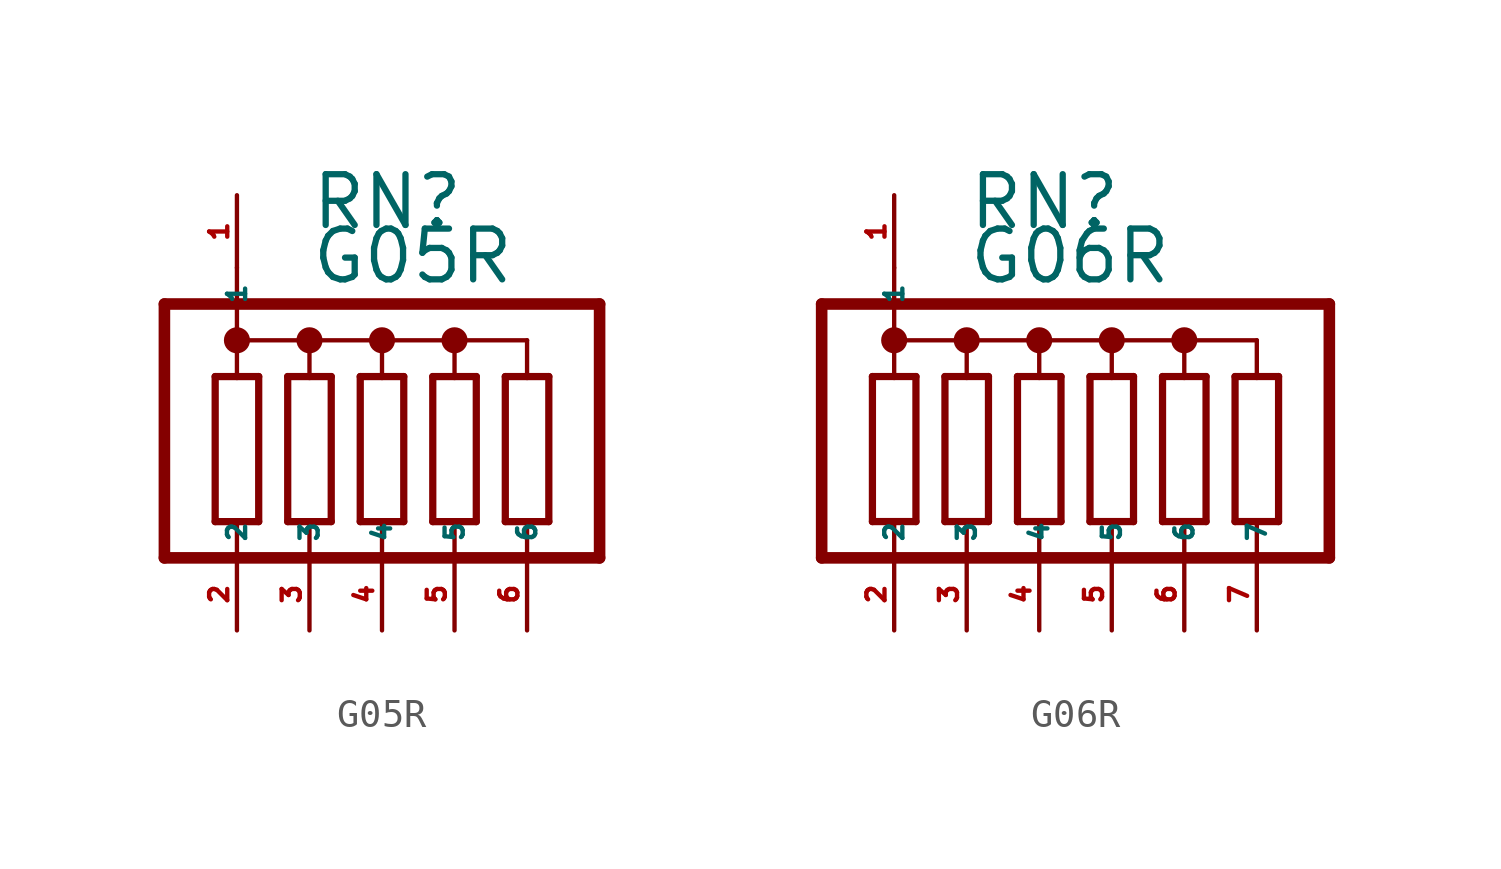
<source format=kicad_sym>
(kicad_symbol_lib
  (version 20220914)
  (generator Eagle2Kicad)
  (symbol "G05R"
    (property "Reference" "RN"
      (at -2.54 8.89 0)
      (effects (font (size 1.778 1.778) (thickness 0.22)) (justify left bottom)))
    (property "Value" "G05R"
      (at -2.54 6.985 0)
      (effects (font (size 1.778 1.778) (thickness 0.22)) (justify left bottom)))
    (polyline
      (pts (xy -4.318 -1.27) (xy -4.318 3.81))
      (stroke (width 0.254) (type default))
      (fill (type none)))
    (polyline
      (pts (xy -5.842 3.81) (xy -5.842 -1.27))
      (stroke (width 0.254) (type default))
      (fill (type none)))
    (polyline
      (pts (xy -4.318 3.81) (xy -5.08 3.81))
      (stroke (width 0.254) (type default))
      (fill (type none)))
    (polyline
      (pts (xy -5.842 -1.27) (xy -5.08 -1.27))
      (stroke (width 0.254) (type default))
      (fill (type none)))
    (polyline
      (pts (xy -5.08 -1.27) (xy -5.08 -2.54))
      (stroke (width 0.152) (type default))
      (fill (type none)))
    (polyline
      (pts (xy -5.08 -1.27) (xy -4.318 -1.27))
      (stroke (width 0.254) (type default))
      (fill (type none)))
    (polyline
      (pts (xy -5.08 5.08) (xy -5.08 3.81))
      (stroke (width 0.152) (type default))
      (fill (type none)))
    (polyline
      (pts (xy -5.08 3.81) (xy -5.842 3.81))
      (stroke (width 0.254) (type default))
      (fill (type none)))
    (polyline
      (pts (xy -5.08 5.08) (xy -2.54 5.08))
      (stroke (width 0.152) (type default))
      (fill (type none)))
    (polyline
      (pts (xy -2.54 5.08) (xy -2.54 3.81))
      (stroke (width 0.152) (type default))
      (fill (type none)))
    (polyline
      (pts (xy -2.54 5.08) (xy 0 5.08))
      (stroke (width 0.152) (type default))
      (fill (type none)))
    (polyline
      (pts (xy 0 5.08) (xy 0 3.81))
      (stroke (width 0.152) (type default))
      (fill (type none)))
    (polyline
      (pts (xy 0 5.08) (xy 2.54 5.08))
      (stroke (width 0.152) (type default))
      (fill (type none)))
    (polyline
      (pts (xy 2.54 5.08) (xy 2.54 3.81))
      (stroke (width 0.152) (type default))
      (fill (type none)))
    (polyline
      (pts (xy 2.54 5.08) (xy 5.08 5.08))
      (stroke (width 0.152) (type default))
      (fill (type none)))
    (polyline
      (pts (xy 5.08 5.08) (xy 5.08 3.81))
      (stroke (width 0.152) (type default))
      (fill (type none)))
    (polyline
      (pts (xy 5.08 -2.54) (xy 5.08 -1.27))
      (stroke (width 0.152) (type default))
      (fill (type none)))
    (polyline
      (pts (xy 2.54 -2.54) (xy 2.54 -1.27))
      (stroke (width 0.152) (type default))
      (fill (type none)))
    (polyline
      (pts (xy 0 -2.54) (xy 0 -1.27))
      (stroke (width 0.152) (type default))
      (fill (type none)))
    (polyline
      (pts (xy -2.54 -2.54) (xy -2.54 -1.27))
      (stroke (width 0.152) (type default))
      (fill (type none)))
    (polyline
      (pts (xy -2.54 -1.27) (xy -1.778 -1.27))
      (stroke (width 0.254) (type default))
      (fill (type none)))
    (polyline
      (pts (xy -3.302 -1.27) (xy -2.54 -1.27))
      (stroke (width 0.254) (type default))
      (fill (type none)))
    (polyline
      (pts (xy -1.778 3.81) (xy -2.54 3.81))
      (stroke (width 0.254) (type default))
      (fill (type none)))
    (polyline
      (pts (xy -2.54 3.81) (xy -3.302 3.81))
      (stroke (width 0.254) (type default))
      (fill (type none)))
    (polyline
      (pts (xy -1.778 -1.27) (xy -1.778 3.81))
      (stroke (width 0.254) (type default))
      (fill (type none)))
    (polyline
      (pts (xy -3.302 3.81) (xy -3.302 -1.27))
      (stroke (width 0.254) (type default))
      (fill (type none)))
    (polyline
      (pts (xy 0.762 -1.27) (xy 0.762 3.81))
      (stroke (width 0.254) (type default))
      (fill (type none)))
    (polyline
      (pts (xy 3.302 -1.27) (xy 3.302 3.81))
      (stroke (width 0.254) (type default))
      (fill (type none)))
    (polyline
      (pts (xy 5.842 -1.27) (xy 5.842 3.81))
      (stroke (width 0.254) (type default))
      (fill (type none)))
    (polyline
      (pts (xy -0.762 3.81) (xy -0.762 -1.27))
      (stroke (width 0.254) (type default))
      (fill (type none)))
    (polyline
      (pts (xy 1.778 3.81) (xy 1.778 -1.27))
      (stroke (width 0.254) (type default))
      (fill (type none)))
    (polyline
      (pts (xy 4.318 3.81) (xy 4.318 -1.27))
      (stroke (width 0.254) (type default))
      (fill (type none)))
    (polyline
      (pts (xy 0.762 3.81) (xy 0 3.81))
      (stroke (width 0.254) (type default))
      (fill (type none)))
    (polyline
      (pts (xy 3.302 3.81) (xy 2.54 3.81))
      (stroke (width 0.254) (type default))
      (fill (type none)))
    (polyline
      (pts (xy 5.842 3.81) (xy 5.08 3.81))
      (stroke (width 0.254) (type default))
      (fill (type none)))
    (polyline
      (pts (xy 0 3.81) (xy -0.762 3.81))
      (stroke (width 0.254) (type default))
      (fill (type none)))
    (polyline
      (pts (xy 2.54 3.81) (xy 1.778 3.81))
      (stroke (width 0.254) (type default))
      (fill (type none)))
    (polyline
      (pts (xy 5.08 3.81) (xy 4.318 3.81))
      (stroke (width 0.254) (type default))
      (fill (type none)))
    (polyline
      (pts (xy 0 -1.27) (xy 0.762 -1.27))
      (stroke (width 0.254) (type default))
      (fill (type none)))
    (polyline
      (pts (xy 2.54 -1.27) (xy 3.302 -1.27))
      (stroke (width 0.254) (type default))
      (fill (type none)))
    (polyline
      (pts (xy 5.08 -1.27) (xy 5.842 -1.27))
      (stroke (width 0.254) (type default))
      (fill (type none)))
    (polyline
      (pts (xy -0.762 -1.27) (xy 0 -1.27))
      (stroke (width 0.254) (type default))
      (fill (type none)))
    (polyline
      (pts (xy 1.778 -1.27) (xy 2.54 -1.27))
      (stroke (width 0.254) (type default))
      (fill (type none)))
    (polyline
      (pts (xy 4.318 -1.27) (xy 5.08 -1.27))
      (stroke (width 0.254) (type default))
      (fill (type none)))
    (polyline
      (pts (xy -7.62 -2.54) (xy -7.62 6.35))
      (stroke (width 0.406) (type default))
      (fill (type none)))
    (polyline
      (pts (xy -7.62 6.35) (xy 7.62 6.35))
      (stroke (width 0.406) (type default))
      (fill (type none)))
    (polyline
      (pts (xy 7.62 6.35) (xy 7.62 -2.54))
      (stroke (width 0.406) (type default))
      (fill (type none)))
    (polyline
      (pts (xy -7.62 -2.54) (xy 7.62 -2.54))
      (stroke (width 0.406) (type default))
      (fill (type none)))
    (polyline
      (pts (xy -5.08 5.08) (xy -5.08 7.62))
      (stroke (width 0.152) (type default))
      (fill (type none)))
    (circle
      (center 2.54 5.08)
      (radius 0.254)
      (stroke (width 0.406) (type default))
      (fill (type none)))
    (circle
      (center 0 5.08)
      (radius 0.254)
      (stroke (width 0.406) (type default))
      (fill (type none)))
    (circle
      (center -2.54 5.08)
      (radius 0.254)
      (stroke (width 0.406) (type default))
      (fill (type none)))
    (circle
      (center -5.08 5.08)
      (radius 0.254)
      (stroke (width 0.406) (type default))
      (fill (type none)))
    (pin passive line
      (at -5.08 10.16 270)
      (length 2.54)
      (name "1" (effects (font (size 0.635 0.635) (thickness 0.08)) (justify left bottom)))
      (number "1" (effects (font (size 0.635 0.635) (thickness 0.08)) (justify left bottom))))
    (pin passive line
      (at -5.08 -5.08 90)
      (length 2.54)
      (name "2" (effects (font (size 0.635 0.635) (thickness 0.08)) (justify left bottom)))
      (number "2" (effects (font (size 0.635 0.635) (thickness 0.08)) (justify left bottom))))
    (pin passive line
      (at -2.54 -5.08 90)
      (length 2.54)
      (name "3" (effects (font (size 0.635 0.635) (thickness 0.08)) (justify left bottom)))
      (number "3" (effects (font (size 0.635 0.635) (thickness 0.08)) (justify left bottom))))
    (pin passive line
      (at 0 -5.08 90)
      (length 2.54)
      (name "4" (effects (font (size 0.635 0.635) (thickness 0.08)) (justify left bottom)))
      (number "4" (effects (font (size 0.635 0.635) (thickness 0.08)) (justify left bottom))))
    (pin passive line
      (at 2.54 -5.08 90)
      (length 2.54)
      (name "5" (effects (font (size 0.635 0.635) (thickness 0.08)) (justify left bottom)))
      (number "5" (effects (font (size 0.635 0.635) (thickness 0.08)) (justify left bottom))))
    (pin passive line
      (at 5.08 -5.08 90)
      (length 2.54)
      (name "6" (effects (font (size 0.635 0.635) (thickness 0.08)) (justify left bottom)))
      (number "6" (effects (font (size 0.635 0.635) (thickness 0.08)) (justify left bottom)))))
  (symbol "G06R"
    (property "Reference" "RN"
      (at -5.08 8.89 0)
      (effects (font (size 1.778 1.778) (thickness 0.22)) (justify left bottom)))
    (property "Value" "G06R"
      (at -5.08 6.985 0)
      (effects (font (size 1.778 1.778) (thickness 0.22)) (justify left bottom)))
    (polyline
      (pts (xy -6.858 -1.27) (xy -6.858 3.81))
      (stroke (width 0.254) (type default))
      (fill (type none)))
    (polyline
      (pts (xy -8.382 3.81) (xy -8.382 -1.27))
      (stroke (width 0.254) (type default))
      (fill (type none)))
    (polyline
      (pts (xy -6.858 3.81) (xy -7.62 3.81))
      (stroke (width 0.254) (type default))
      (fill (type none)))
    (polyline
      (pts (xy -8.382 -1.27) (xy -7.62 -1.27))
      (stroke (width 0.254) (type default))
      (fill (type none)))
    (polyline
      (pts (xy -7.62 -1.27) (xy -7.62 -2.54))
      (stroke (width 0.152) (type default))
      (fill (type none)))
    (polyline
      (pts (xy -7.62 -1.27) (xy -6.858 -1.27))
      (stroke (width 0.254) (type default))
      (fill (type none)))
    (polyline
      (pts (xy -7.62 5.08) (xy -7.62 3.81))
      (stroke (width 0.152) (type default))
      (fill (type none)))
    (polyline
      (pts (xy -7.62 3.81) (xy -8.382 3.81))
      (stroke (width 0.254) (type default))
      (fill (type none)))
    (polyline
      (pts (xy -7.62 5.08) (xy -5.08 5.08))
      (stroke (width 0.152) (type default))
      (fill (type none)))
    (polyline
      (pts (xy -5.08 5.08) (xy -5.08 3.81))
      (stroke (width 0.152) (type default))
      (fill (type none)))
    (polyline
      (pts (xy -5.08 5.08) (xy -2.54 5.08))
      (stroke (width 0.152) (type default))
      (fill (type none)))
    (polyline
      (pts (xy -2.54 5.08) (xy -2.54 3.81))
      (stroke (width 0.152) (type default))
      (fill (type none)))
    (polyline
      (pts (xy -2.54 5.08) (xy 0 5.08))
      (stroke (width 0.152) (type default))
      (fill (type none)))
    (polyline
      (pts (xy 0 5.08) (xy 0 3.81))
      (stroke (width 0.152) (type default))
      (fill (type none)))
    (polyline
      (pts (xy 0 5.08) (xy 2.54 5.08))
      (stroke (width 0.152) (type default))
      (fill (type none)))
    (polyline
      (pts (xy 2.54 5.08) (xy 2.54 3.81))
      (stroke (width 0.152) (type default))
      (fill (type none)))
    (polyline
      (pts (xy 2.54 -2.54) (xy 2.54 -1.27))
      (stroke (width 0.152) (type default))
      (fill (type none)))
    (polyline
      (pts (xy 0 -2.54) (xy 0 -1.27))
      (stroke (width 0.152) (type default))
      (fill (type none)))
    (polyline
      (pts (xy -2.54 -2.54) (xy -2.54 -1.27))
      (stroke (width 0.152) (type default))
      (fill (type none)))
    (polyline
      (pts (xy -5.08 -2.54) (xy -5.08 -1.27))
      (stroke (width 0.152) (type default))
      (fill (type none)))
    (polyline
      (pts (xy -5.08 -1.27) (xy -4.318 -1.27))
      (stroke (width 0.254) (type default))
      (fill (type none)))
    (polyline
      (pts (xy -5.842 -1.27) (xy -5.08 -1.27))
      (stroke (width 0.254) (type default))
      (fill (type none)))
    (polyline
      (pts (xy -4.318 3.81) (xy -5.08 3.81))
      (stroke (width 0.254) (type default))
      (fill (type none)))
    (polyline
      (pts (xy -5.08 3.81) (xy -5.842 3.81))
      (stroke (width 0.254) (type default))
      (fill (type none)))
    (polyline
      (pts (xy -4.318 -1.27) (xy -4.318 3.81))
      (stroke (width 0.254) (type default))
      (fill (type none)))
    (polyline
      (pts (xy -5.842 3.81) (xy -5.842 -1.27))
      (stroke (width 0.254) (type default))
      (fill (type none)))
    (polyline
      (pts (xy -1.778 -1.27) (xy -1.778 3.81))
      (stroke (width 0.254) (type default))
      (fill (type none)))
    (polyline
      (pts (xy 0.762 -1.27) (xy 0.762 3.81))
      (stroke (width 0.254) (type default))
      (fill (type none)))
    (polyline
      (pts (xy 3.302 -1.27) (xy 3.302 3.81))
      (stroke (width 0.254) (type default))
      (fill (type none)))
    (polyline
      (pts (xy -3.302 3.81) (xy -3.302 -1.27))
      (stroke (width 0.254) (type default))
      (fill (type none)))
    (polyline
      (pts (xy -0.762 3.81) (xy -0.762 -1.27))
      (stroke (width 0.254) (type default))
      (fill (type none)))
    (polyline
      (pts (xy 1.778 3.81) (xy 1.778 -1.27))
      (stroke (width 0.254) (type default))
      (fill (type none)))
    (polyline
      (pts (xy -1.778 3.81) (xy -2.54 3.81))
      (stroke (width 0.254) (type default))
      (fill (type none)))
    (polyline
      (pts (xy 0.762 3.81) (xy 0 3.81))
      (stroke (width 0.254) (type default))
      (fill (type none)))
    (polyline
      (pts (xy 3.302 3.81) (xy 2.54 3.81))
      (stroke (width 0.254) (type default))
      (fill (type none)))
    (polyline
      (pts (xy -2.54 3.81) (xy -3.302 3.81))
      (stroke (width 0.254) (type default))
      (fill (type none)))
    (polyline
      (pts (xy 0 3.81) (xy -0.762 3.81))
      (stroke (width 0.254) (type default))
      (fill (type none)))
    (polyline
      (pts (xy 2.54 3.81) (xy 1.778 3.81))
      (stroke (width 0.254) (type default))
      (fill (type none)))
    (polyline
      (pts (xy -2.54 -1.27) (xy -1.778 -1.27))
      (stroke (width 0.254) (type default))
      (fill (type none)))
    (polyline
      (pts (xy 0 -1.27) (xy 0.762 -1.27))
      (stroke (width 0.254) (type default))
      (fill (type none)))
    (polyline
      (pts (xy 2.54 -1.27) (xy 3.302 -1.27))
      (stroke (width 0.254) (type default))
      (fill (type none)))
    (polyline
      (pts (xy -3.302 -1.27) (xy -2.54 -1.27))
      (stroke (width 0.254) (type default))
      (fill (type none)))
    (polyline
      (pts (xy -0.762 -1.27) (xy 0 -1.27))
      (stroke (width 0.254) (type default))
      (fill (type none)))
    (polyline
      (pts (xy 1.778 -1.27) (xy 2.54 -1.27))
      (stroke (width 0.254) (type default))
      (fill (type none)))
    (polyline
      (pts (xy -10.16 -2.54) (xy -10.16 6.35))
      (stroke (width 0.406) (type default))
      (fill (type none)))
    (polyline
      (pts (xy -10.16 6.35) (xy 7.62 6.35))
      (stroke (width 0.406) (type default))
      (fill (type none)))
    (polyline
      (pts (xy 7.62 6.35) (xy 7.62 -2.54))
      (stroke (width 0.406) (type default))
      (fill (type none)))
    (polyline
      (pts (xy 5.842 -1.27) (xy 5.842 3.81))
      (stroke (width 0.254) (type default))
      (fill (type none)))
    (polyline
      (pts (xy 4.318 3.81) (xy 4.318 -1.27))
      (stroke (width 0.254) (type default))
      (fill (type none)))
    (polyline
      (pts (xy 4.318 -1.27) (xy 5.08 -1.27))
      (stroke (width 0.254) (type default))
      (fill (type none)))
    (polyline
      (pts (xy 5.08 -1.27) (xy 5.842 -1.27))
      (stroke (width 0.254) (type default))
      (fill (type none)))
    (polyline
      (pts (xy 5.08 -2.54) (xy 5.08 -1.27))
      (stroke (width 0.152) (type default))
      (fill (type none)))
    (polyline
      (pts (xy -10.16 -2.54) (xy 7.62 -2.54))
      (stroke (width 0.406) (type default))
      (fill (type none)))
    (polyline
      (pts (xy 5.842 3.81) (xy 5.08 3.81))
      (stroke (width 0.254) (type default))
      (fill (type none)))
    (polyline
      (pts (xy 5.08 3.81) (xy 4.318 3.81))
      (stroke (width 0.254) (type default))
      (fill (type none)))
    (polyline
      (pts (xy 5.08 5.08) (xy 5.08 3.81))
      (stroke (width 0.152) (type default))
      (fill (type none)))
    (polyline
      (pts (xy 2.54 5.08) (xy 5.08 5.08))
      (stroke (width 0.152) (type default))
      (fill (type none)))
    (polyline
      (pts (xy -7.62 5.08) (xy -7.62 7.62))
      (stroke (width 0.152) (type default))
      (fill (type none)))
    (circle
      (center 2.54 5.08)
      (radius 0.254)
      (stroke (width 0.406) (type default))
      (fill (type none)))
    (circle
      (center 0 5.08)
      (radius 0.254)
      (stroke (width 0.406) (type default))
      (fill (type none)))
    (circle
      (center -2.54 5.08)
      (radius 0.254)
      (stroke (width 0.406) (type default))
      (fill (type none)))
    (circle
      (center -5.08 5.08)
      (radius 0.254)
      (stroke (width 0.406) (type default))
      (fill (type none)))
    (circle
      (center -7.62 5.08)
      (radius 0.254)
      (stroke (width 0.406) (type default))
      (fill (type none)))
    (pin passive line
      (at -7.62 10.16 270)
      (length 2.54)
      (name "1" (effects (font (size 0.635 0.635) (thickness 0.08)) (justify left bottom)))
      (number "1" (effects (font (size 0.635 0.635) (thickness 0.08)) (justify left bottom))))
    (pin passive line
      (at -7.62 -5.08 90)
      (length 2.54)
      (name "2" (effects (font (size 0.635 0.635) (thickness 0.08)) (justify left bottom)))
      (number "2" (effects (font (size 0.635 0.635) (thickness 0.08)) (justify left bottom))))
    (pin passive line
      (at -5.08 -5.08 90)
      (length 2.54)
      (name "3" (effects (font (size 0.635 0.635) (thickness 0.08)) (justify left bottom)))
      (number "3" (effects (font (size 0.635 0.635) (thickness 0.08)) (justify left bottom))))
    (pin passive line
      (at -2.54 -5.08 90)
      (length 2.54)
      (name "4" (effects (font (size 0.635 0.635) (thickness 0.08)) (justify left bottom)))
      (number "4" (effects (font (size 0.635 0.635) (thickness 0.08)) (justify left bottom))))
    (pin passive line
      (at 0 -5.08 90)
      (length 2.54)
      (name "5" (effects (font (size 0.635 0.635) (thickness 0.08)) (justify left bottom)))
      (number "5" (effects (font (size 0.635 0.635) (thickness 0.08)) (justify left bottom))))
    (pin passive line
      (at 2.54 -5.08 90)
      (length 2.54)
      (name "6" (effects (font (size 0.635 0.635) (thickness 0.08)) (justify left bottom)))
      (number "6" (effects (font (size 0.635 0.635) (thickness 0.08)) (justify left bottom))))
    (pin passive line
      (at 5.08 -5.08 90)
      (length 2.54)
      (name "7" (effects (font (size 0.635 0.635) (thickness 0.08)) (justify left bottom)))
      (number "7" (effects (font (size 0.635 0.635) (thickness 0.08)) (justify left bottom))))))
</source>
